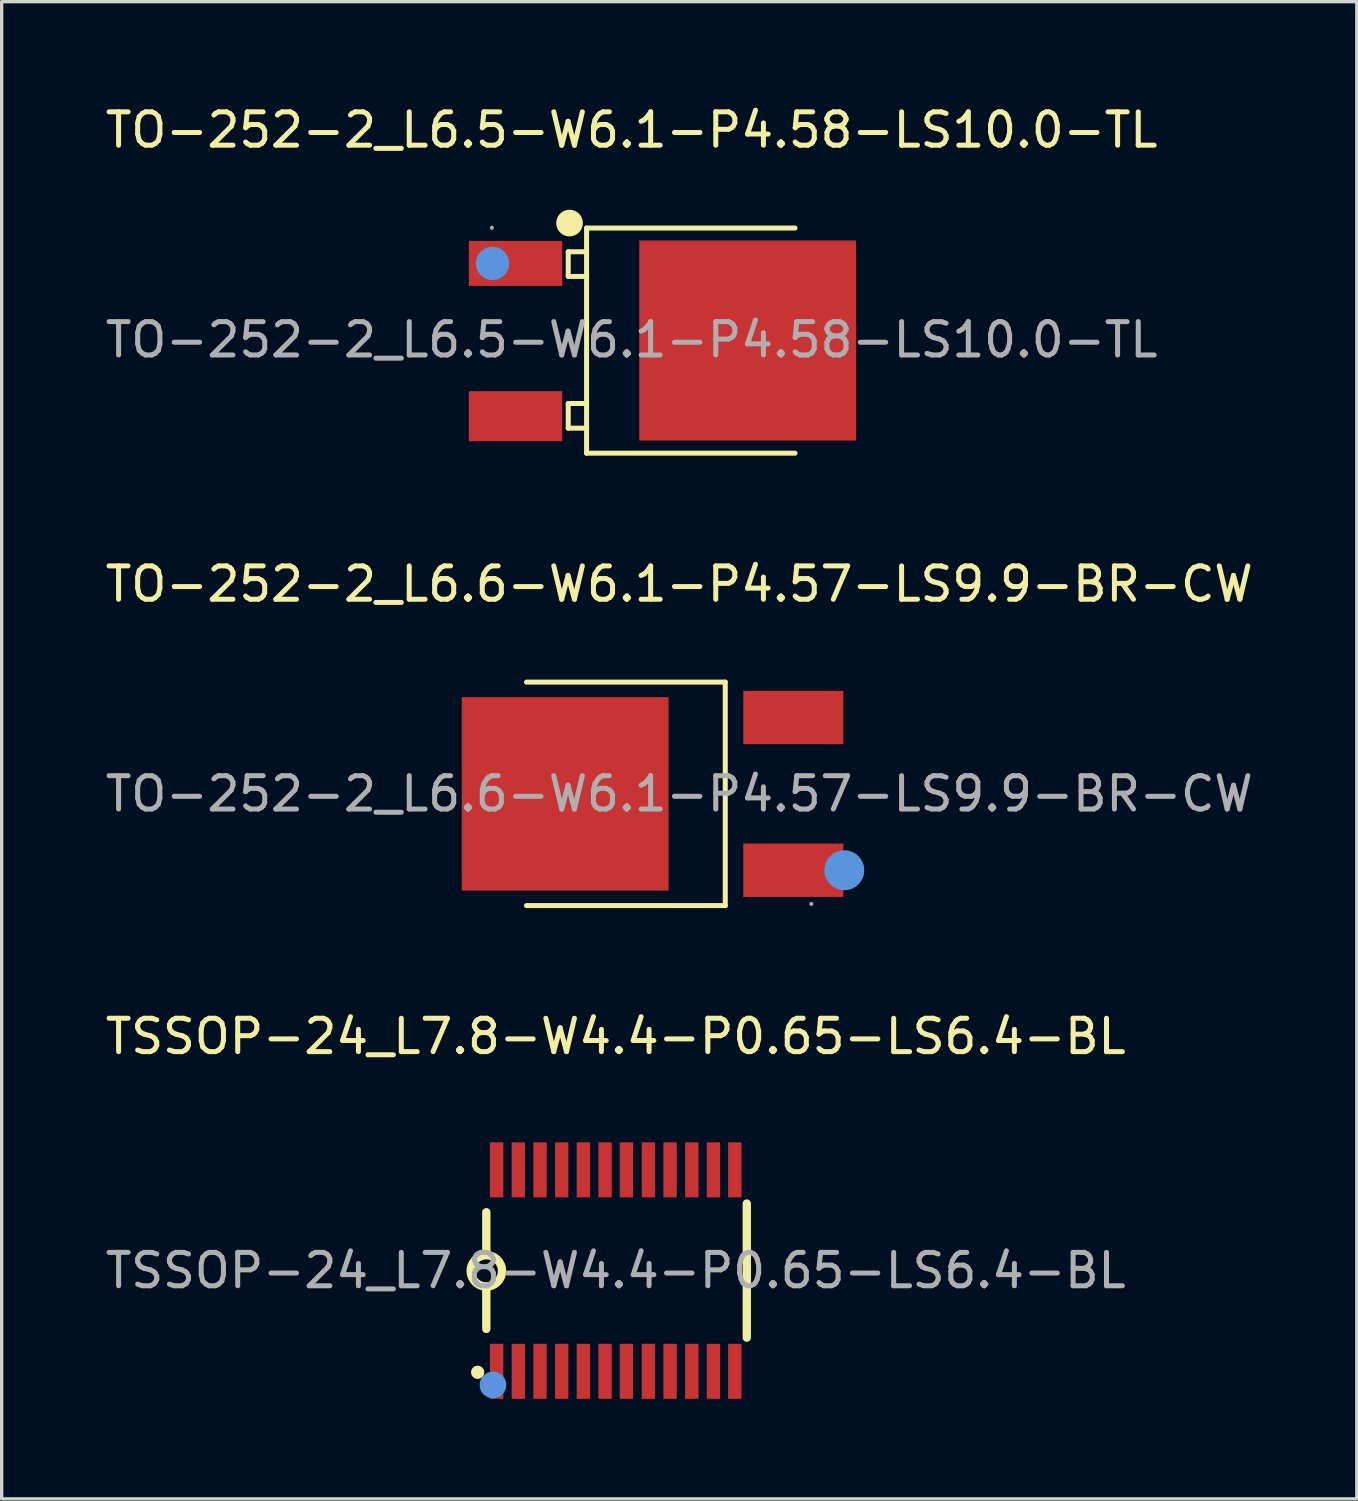
<source format=kicad_pcb>
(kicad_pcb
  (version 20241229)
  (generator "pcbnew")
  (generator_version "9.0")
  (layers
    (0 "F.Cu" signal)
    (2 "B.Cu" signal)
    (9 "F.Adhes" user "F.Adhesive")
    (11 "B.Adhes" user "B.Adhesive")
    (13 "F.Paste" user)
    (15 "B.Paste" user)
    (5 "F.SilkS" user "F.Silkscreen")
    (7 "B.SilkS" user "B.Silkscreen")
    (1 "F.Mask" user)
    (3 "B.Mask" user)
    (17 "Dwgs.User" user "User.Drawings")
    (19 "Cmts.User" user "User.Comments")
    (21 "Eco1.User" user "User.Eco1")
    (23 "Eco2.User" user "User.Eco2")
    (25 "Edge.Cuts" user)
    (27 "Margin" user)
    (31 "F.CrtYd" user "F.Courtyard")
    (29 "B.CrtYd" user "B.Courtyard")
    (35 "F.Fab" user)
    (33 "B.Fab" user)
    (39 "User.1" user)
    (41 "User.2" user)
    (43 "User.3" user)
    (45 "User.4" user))
  (footprint "TO-252-2_L6.5-W6.1-P4.58-LS10.0-TL"
    (layer "F.Cu")
    (at 15.887 7.138)
    (property "Reference" "TO-252-2_L6.5-W6.1-P4.58-LS10.0-TL" (at 0 -6.29 0) (layer "F.SilkS") (effects (font (size 1 1) (thickness 0.15))))
    (attr smd)
    (fp_line (start -1.9 -2.64) (end -1.9 -1.9) (stroke (width 0.15) (type solid)) (layer "F.SilkS"))
    (fp_line (start -1.9 -1.9) (end -1.35 -1.9) (stroke (width 0.15) (type solid)) (layer "F.SilkS"))
    (fp_line (start -1.9 1.91) (end -1.9 2.65) (stroke (width 0.15) (type solid)) (layer "F.SilkS"))
    (fp_line (start -1.9 2.65) (end -1.35 2.65) (stroke (width 0.15) (type solid)) (layer "F.SilkS"))
    (fp_line (start -1.35 -3.35) (end -1.35 3.4) (stroke (width 0.15) (type solid)) (layer "F.SilkS"))
    (fp_line (start -1.35 -2.64) (end -1.9 -2.64) (stroke (width 0.15) (type solid)) (layer "F.SilkS"))
    (fp_line (start -1.35 -1.9) (end -1.35 -1.91) (stroke (width 0.15) (type solid)) (layer "F.SilkS"))
    (fp_line (start -1.35 1.91) (end -1.9 1.91) (stroke (width 0.15) (type solid)) (layer "F.SilkS"))
    (fp_line (start -1.35 2.65) (end -1.35 2.64) (stroke (width 0.15) (type solid)) (layer "F.SilkS"))
    (fp_line (start 4.9 -3.35) (end -1.35 -3.35) (stroke (width 0.15) (type solid)) (layer "F.SilkS"))
    (fp_line (start 4.9 3.4) (end -1.35 3.4) (stroke (width 0.15) (type solid)) (layer "F.SilkS"))
    (fp_arc (start -1.86 -3.3) (mid -1.865009 -3.699937) (end -1.849986 -3.300251) (stroke (width 0.4) (type solid)) (layer "F.SilkS"))
    (fp_circle (center -4.17 -2.29) (end -3.92 -2.29) (stroke (width 0.5) (type solid)) (fill no) (layer "Cmts.User"))
    (fp_circle (center -4.19 -3.36) (end -4.16 -3.36) (stroke (width 0.06) (type solid)) (fill no) (layer "F.Fab"))
    (fp_text user "${REFERENCE}" (at 0 0 0) (layer "F.Fab") (effects (font (size 1 1) (thickness 0.15))))
    (pad "1" smd rect (at -3.48 -2.29) (size 2.8 1.35) (layers "F.Cu" "F.Mask" "F.Paste"))
    (pad "3" smd rect (at -3.48 2.29) (size 2.8 1.5) (layers "F.Cu" "F.Mask" "F.Paste"))
    (pad "4" smd rect (at 3.48 0.02) (size 6.5 6) (layers "F.Cu" "F.Mask" "F.Paste")))
  (footprint "TO-252-2_L6.6-W6.1-P4.57-LS9.9-BR-CW"
    (layer "F.Cu")
    (at 17.315 20.752)
    (property "Reference" "TO-252-2_L6.6-W6.1-P4.57-LS9.9-BR-CW" (at 0 -6.29 0) (layer "F.SilkS") (effects (font (size 1 1) (thickness 0.15))))
    (attr smd)
    (fp_line (start -4.58 -3.35) (end 1.38 -3.35) (stroke (width 0.15) (type solid)) (layer "F.SilkS"))
    (fp_line (start -4.58 3.35) (end 1.38 3.35) (stroke (width 0.15) (type solid)) (layer "F.SilkS"))
    (fp_line (start 1.38 3.35) (end 1.38 -3.35) (stroke (width 0.15) (type solid)) (layer "F.SilkS"))
    (fp_circle (center 4.95 2.29) (end 5.25 2.29) (stroke (width 0.6) (type solid)) (fill no) (layer "Cmts.User"))
    (fp_circle (center 3.96 3.3) (end 3.99 3.3) (stroke (width 0.06) (type solid)) (fill no) (layer "F.Fab"))
    (fp_text user "${REFERENCE}" (at 0 0 0) (layer "F.Fab") (effects (font (size 1 1) (thickness 0.15))))
    (pad "1" smd rect (at 3.42 2.29) (size 3 1.6) (layers "F.Cu" "F.Mask" "F.Paste"))
    (pad "2" smd rect (at -3.42 0) (size 6.2 5.8) (layers "F.Cu" "F.Mask" "F.Paste"))
    (pad "3" smd rect (at 3.42 -2.29) (size 3 1.6) (layers "F.Cu" "F.Mask" "F.Paste")))
  (footprint "TSSOP-24_L7.8-W4.4-P0.65-LS6.4-BL"
    (layer "F.Cu")
    (at 15.411 35.045)
    (property "Reference" "TSSOP-24_L7.8-W4.4-P0.65-LS6.4-BL" (at 0 -7.02 0) (layer "F.SilkS") (effects (font (size 1 1) (thickness 0.15))))
    (attr smd)
    (fp_line (start -3.88 -0.48) (end -3.88 -1.75) (stroke (width 0.25) (type solid)) (layer "F.SilkS"))
    (fp_line (start -3.88 1.75) (end -3.88 0.48) (stroke (width 0.25) (type solid)) (layer "F.SilkS"))
    (fp_line (start 3.93 -2.01) (end 3.93 2.01) (stroke (width 0.25) (type solid)) (layer "F.SilkS"))
    (fp_arc (start -3.888203 0.479928) (mid -3.875898 -0.459982) (end -3.88 0.48) (stroke (width 0.25) (type solid)) (layer "F.SilkS"))
    (fp_circle (center -4.14 3.05) (end -4.04 3.05) (stroke (width 0.2) (type solid)) (fill no) (layer "F.SilkS"))
    (fp_circle (center -3.68 3.43) (end -3.48 3.43) (stroke (width 0.4) (type solid)) (fill no) (layer "Cmts.User"))
    (fp_circle (center -3.9 3.19) (end -3.87 3.19) (stroke (width 0.06) (type solid)) (fill no) (layer "F.Fab"))
    (fp_text user "${REFERENCE}" (at 0 0 0) (layer "F.Fab") (effects (font (size 1 1) (thickness 0.15))))
    (pad "1" smd rect (at -3.57 3.02) (size 0.4 1.65) (layers "F.Cu" "F.Mask" "F.Paste"))
    (pad "2" smd rect (at -2.92 3.02) (size 0.4 1.65) (layers "F.Cu" "F.Mask" "F.Paste"))
    (pad "3" smd rect (at -2.27 3.02) (size 0.4 1.65) (layers "F.Cu" "F.Mask" "F.Paste"))
    (pad "4" smd rect (at -1.62 3.02) (size 0.4 1.65) (layers "F.Cu" "F.Mask" "F.Paste"))
    (pad "5" smd rect (at -0.97 3.02) (size 0.4 1.65) (layers "F.Cu" "F.Mask" "F.Paste"))
    (pad "6" smd rect (at -0.32 3.02) (size 0.4 1.65) (layers "F.Cu" "F.Mask" "F.Paste"))
    (pad "7" smd rect (at 0.32 3.02) (size 0.4 1.65) (layers "F.Cu" "F.Mask" "F.Paste"))
    (pad "8" smd rect (at 0.98 3.02) (size 0.4 1.65) (layers "F.Cu" "F.Mask" "F.Paste"))
    (pad "9" smd rect (at 1.63 3.02) (size 0.4 1.65) (layers "F.Cu" "F.Mask" "F.Paste"))
    (pad "10" smd rect (at 2.28 3.02) (size 0.4 1.65) (layers "F.Cu" "F.Mask" "F.Paste"))
    (pad "11" smd rect (at 2.93 3.02) (size 0.4 1.65) (layers "F.Cu" "F.Mask" "F.Paste"))
    (pad "12" smd rect (at 3.57 3.02) (size 0.4 1.65) (layers "F.Cu" "F.Mask" "F.Paste"))
    (pad "13" smd rect (at 3.57 -3.02) (size 0.4 1.65) (layers "F.Cu" "F.Mask" "F.Paste"))
    (pad "14" smd rect (at 2.93 -3.02) (size 0.4 1.65) (layers "F.Cu" "F.Mask" "F.Paste"))
    (pad "15" smd rect (at 2.28 -3.02) (size 0.4 1.65) (layers "F.Cu" "F.Mask" "F.Paste"))
    (pad "16" smd rect (at 1.63 -3.02) (size 0.4 1.65) (layers "F.Cu" "F.Mask" "F.Paste"))
    (pad "17" smd rect (at 0.98 -3.02) (size 0.4 1.65) (layers "F.Cu" "F.Mask" "F.Paste"))
    (pad "18" smd rect (at 0.32 -3.02) (size 0.4 1.65) (layers "F.Cu" "F.Mask" "F.Paste"))
    (pad "19" smd rect (at -0.32 -3.02) (size 0.4 1.65) (layers "F.Cu" "F.Mask" "F.Paste"))
    (pad "20" smd rect (at -0.97 -3.02) (size 0.4 1.65) (layers "F.Cu" "F.Mask" "F.Paste"))
    (pad "21" smd rect (at -1.62 -3.02) (size 0.4 1.65) (layers "F.Cu" "F.Mask" "F.Paste"))
    (pad "22" smd rect (at -2.27 -3.02) (size 0.4 1.65) (layers "F.Cu" "F.Mask" "F.Paste"))
    (pad "23" smd rect (at -2.92 -3.02) (size 0.4 1.65) (layers "F.Cu" "F.Mask" "F.Paste"))
    (pad "24" smd rect (at -3.57 -3.02) (size 0.4 1.65) (layers "F.Cu" "F.Mask" "F.Paste")))
  (gr_rect
    (start -3 -3)
    (end 37.631 41.89)
    (stroke (width 0.1) (type default))
    (fill no)
    (layer "Edge.Cuts")))
</source>
